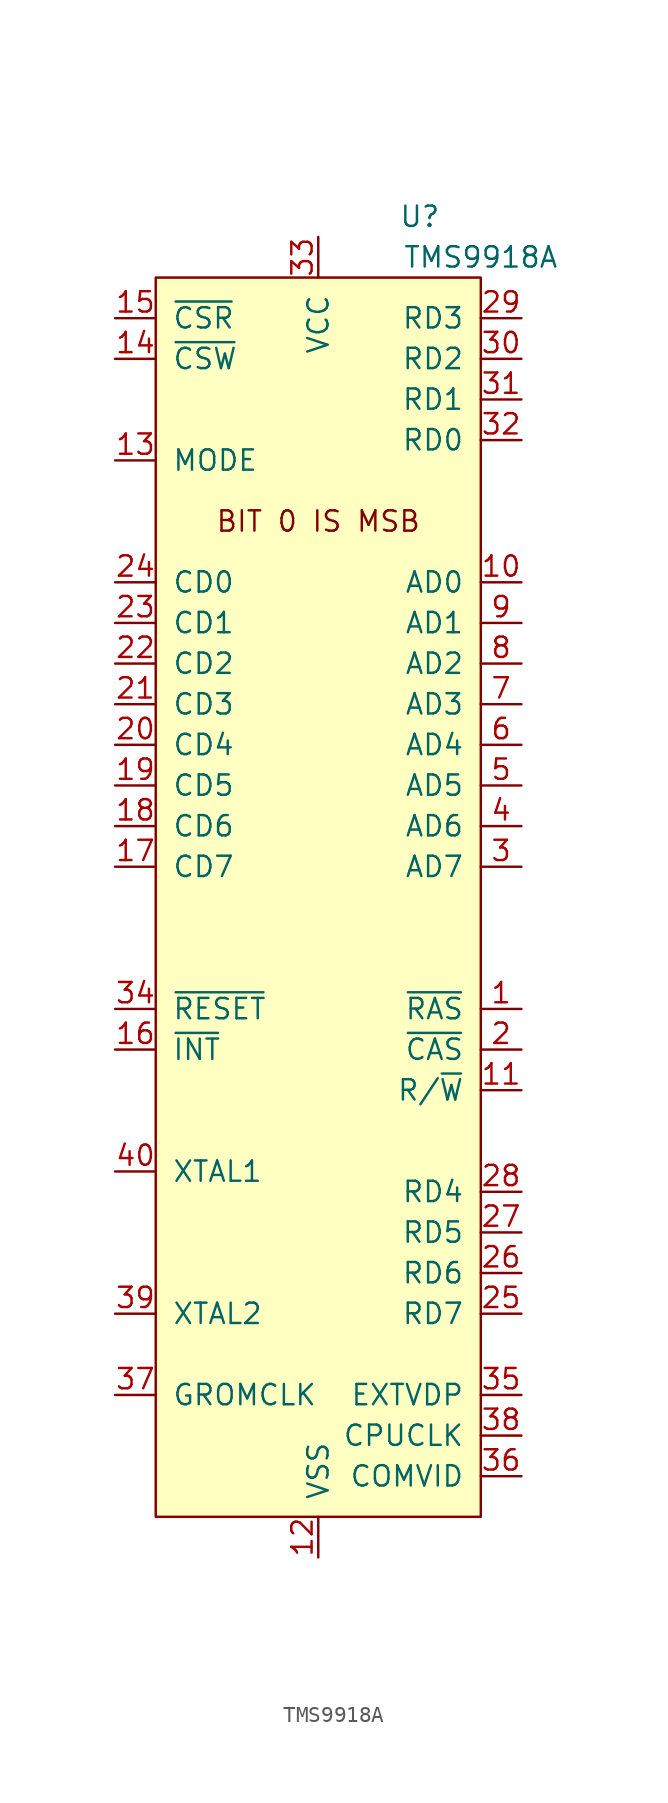
<source format=kicad_sym>
(kicad_symbol_lib
  (version 20211014)
  (generator kicad_symbol_editor)
  (symbol "TMS9918A"
    (pin_names
      (offset 1.016))
    (property "Reference" "U"
      (at 6.35 11.43 0)
      (effects (font (size 1.27 1.27))))
    (property "Value" "TMS9918A"
      (at 10.16 8.89 0)
      (effects (font (size 1.27 1.27))))
    (symbol "TMS9918A_0_0"
      (text "BIT 0 IS MSB" (at 0 -7.62 0) (effects (font (size 1.27 1.27)))))
    (symbol "TMS9918A_0_1"
      (rectangle (start -10.16 7.62) (end 10.16 -69.85) (stroke (width 0) (type default) (color 0 0 0 0)) (fill (type background))))
    (symbol "TMS9918A_1_1"
      (pin output line (at 12.7 -38.1 180) (length 2.54) (name "~{RAS}" (effects (font (size 1.27 1.27)))) (number "1" (effects (font (size 1.27 1.27)))))
      (pin output line (at 12.7 -11.43 180) (length 2.54) (name "AD0" (effects (font (size 1.27 1.27)))) (number "10" (effects (font (size 1.27 1.27)))))
      (pin output line (at 12.7 -43.18 180) (length 2.54) (name "R/~{W}" (effects (font (size 1.27 1.27)))) (number "11" (effects (font (size 1.27 1.27)))))
      (pin power_in line (at 0 -72.39 90) (length 2.54) (name "VSS" (effects (font (size 1.27 1.27)))) (number "12" (effects (font (size 1.27 1.27)))))
      (pin input line (at -12.7 -3.81 0) (length 2.54) (name "MODE" (effects (font (size 1.27 1.27)))) (number "13" (effects (font (size 1.27 1.27)))))
      (pin input line (at -12.7 2.54 0) (length 2.54) (name "~{CSW}" (effects (font (size 1.27 1.27)))) (number "14" (effects (font (size 1.27 1.27)))))
      (pin input line (at -12.7 5.08 0) (length 2.54) (name "~{CSR}" (effects (font (size 1.27 1.27)))) (number "15" (effects (font (size 1.27 1.27)))))
      (pin output line (at -12.7 -40.64 0) (length 2.54) (name "~{INT}" (effects (font (size 1.27 1.27)))) (number "16" (effects (font (size 1.27 1.27)))))
      (pin bidirectional line (at -12.7 -29.21 0) (length 2.54) (name "CD7" (effects (font (size 1.27 1.27)))) (number "17" (effects (font (size 1.27 1.27)))))
      (pin bidirectional line (at -12.7 -26.67 0) (length 2.54) (name "CD6" (effects (font (size 1.27 1.27)))) (number "18" (effects (font (size 1.27 1.27)))))
      (pin bidirectional line (at -12.7 -24.13 0) (length 2.54) (name "CD5" (effects (font (size 1.27 1.27)))) (number "19" (effects (font (size 1.27 1.27)))))
      (pin output line (at 12.7 -40.64 180) (length 2.54) (name "~{CAS}" (effects (font (size 1.27 1.27)))) (number "2" (effects (font (size 1.27 1.27)))))
      (pin bidirectional line (at -12.7 -21.59 0) (length 2.54) (name "CD4" (effects (font (size 1.27 1.27)))) (number "20" (effects (font (size 1.27 1.27)))))
      (pin bidirectional line (at -12.7 -19.05 0) (length 2.54) (name "CD3" (effects (font (size 1.27 1.27)))) (number "21" (effects (font (size 1.27 1.27)))))
      (pin bidirectional line (at -12.7 -16.51 0) (length 2.54) (name "CD2" (effects (font (size 1.27 1.27)))) (number "22" (effects (font (size 1.27 1.27)))))
      (pin bidirectional line (at -12.7 -13.97 0) (length 2.54) (name "CD1" (effects (font (size 1.27 1.27)))) (number "23" (effects (font (size 1.27 1.27)))))
      (pin bidirectional line (at -12.7 -11.43 0) (length 2.54) (name "CD0" (effects (font (size 1.27 1.27)))) (number "24" (effects (font (size 1.27 1.27)))))
      (pin output line (at 12.7 -57.15 180) (length 2.54) (name "RD7" (effects (font (size 1.27 1.27)))) (number "25" (effects (font (size 1.27 1.27)))))
      (pin output line (at 12.7 -54.61 180) (length 2.54) (name "RD6" (effects (font (size 1.27 1.27)))) (number "26" (effects (font (size 1.27 1.27)))))
      (pin output line (at 12.7 -52.07 180) (length 2.54) (name "RD5" (effects (font (size 1.27 1.27)))) (number "27" (effects (font (size 1.27 1.27)))))
      (pin output line (at 12.7 -49.53 180) (length 2.54) (name "RD4" (effects (font (size 1.27 1.27)))) (number "28" (effects (font (size 1.27 1.27)))))
      (pin bidirectional line (at 12.7 5.08 180) (length 2.54) (name "RD3" (effects (font (size 1.27 1.27)))) (number "29" (effects (font (size 1.27 1.27)))))
      (pin output line (at 12.7 -29.21 180) (length 2.54) (name "AD7" (effects (font (size 1.27 1.27)))) (number "3" (effects (font (size 1.27 1.27)))))
      (pin bidirectional line (at 12.7 2.54 180) (length 2.54) (name "RD2" (effects (font (size 1.27 1.27)))) (number "30" (effects (font (size 1.27 1.27)))))
      (pin bidirectional line (at 12.7 0 180) (length 2.54) (name "RD1" (effects (font (size 1.27 1.27)))) (number "31" (effects (font (size 1.27 1.27)))))
      (pin bidirectional line (at 12.7 -2.54 180) (length 2.54) (name "RD0" (effects (font (size 1.27 1.27)))) (number "32" (effects (font (size 1.27 1.27)))))
      (pin power_in line (at 0 10.16 270) (length 2.54) (name "VCC" (effects (font (size 1.27 1.27)))) (number "33" (effects (font (size 1.27 1.27)))))
      (pin input line (at -12.7 -38.1 0) (length 2.54) (name "~{RESET}" (effects (font (size 1.27 1.27)))) (number "34" (effects (font (size 1.27 1.27)))))
      (pin input line (at 12.7 -62.23 180) (length 2.54) (name "EXTVDP" (effects (font (size 1.27 1.27)))) (number "35" (effects (font (size 1.27 1.27)))))
      (pin output line (at 12.7 -67.31 180) (length 2.54) (name "COMVID" (effects (font (size 1.27 1.27)))) (number "36" (effects (font (size 1.27 1.27)))))
      (pin output line (at -12.7 -62.23 0) (length 2.54) (name "GROMCLK" (effects (font (size 1.27 1.27)))) (number "37" (effects (font (size 1.27 1.27)))))
      (pin output line (at 12.7 -64.77 180) (length 2.54) (name "CPUCLK" (effects (font (size 1.27 1.27)))) (number "38" (effects (font (size 1.27 1.27)))))
      (pin bidirectional line (at -12.7 -57.15 0) (length 2.54) (name "XTAL2" (effects (font (size 1.27 1.27)))) (number "39" (effects (font (size 1.27 1.27)))))
      (pin output line (at 12.7 -26.67 180) (length 2.54) (name "AD6" (effects (font (size 1.27 1.27)))) (number "4" (effects (font (size 1.27 1.27)))))
      (pin input line (at -12.7 -48.26 0) (length 2.54) (name "XTAL1" (effects (font (size 1.27 1.27)))) (number "40" (effects (font (size 1.27 1.27)))))
      (pin output line (at 12.7 -24.13 180) (length 2.54) (name "AD5" (effects (font (size 1.27 1.27)))) (number "5" (effects (font (size 1.27 1.27)))))
      (pin output line (at 12.7 -21.59 180) (length 2.54) (name "AD4" (effects (font (size 1.27 1.27)))) (number "6" (effects (font (size 1.27 1.27)))))
      (pin output line (at 12.7 -19.05 180) (length 2.54) (name "AD3" (effects (font (size 1.27 1.27)))) (number "7" (effects (font (size 1.27 1.27)))))
      (pin output line (at 12.7 -16.51 180) (length 2.54) (name "AD2" (effects (font (size 1.27 1.27)))) (number "8" (effects (font (size 1.27 1.27)))))
      (pin output line (at 12.7 -13.97 180) (length 2.54) (name "AD1" (effects (font (size 1.27 1.27)))) (number "9" (effects (font (size 1.27 1.27))))))))
</source>
